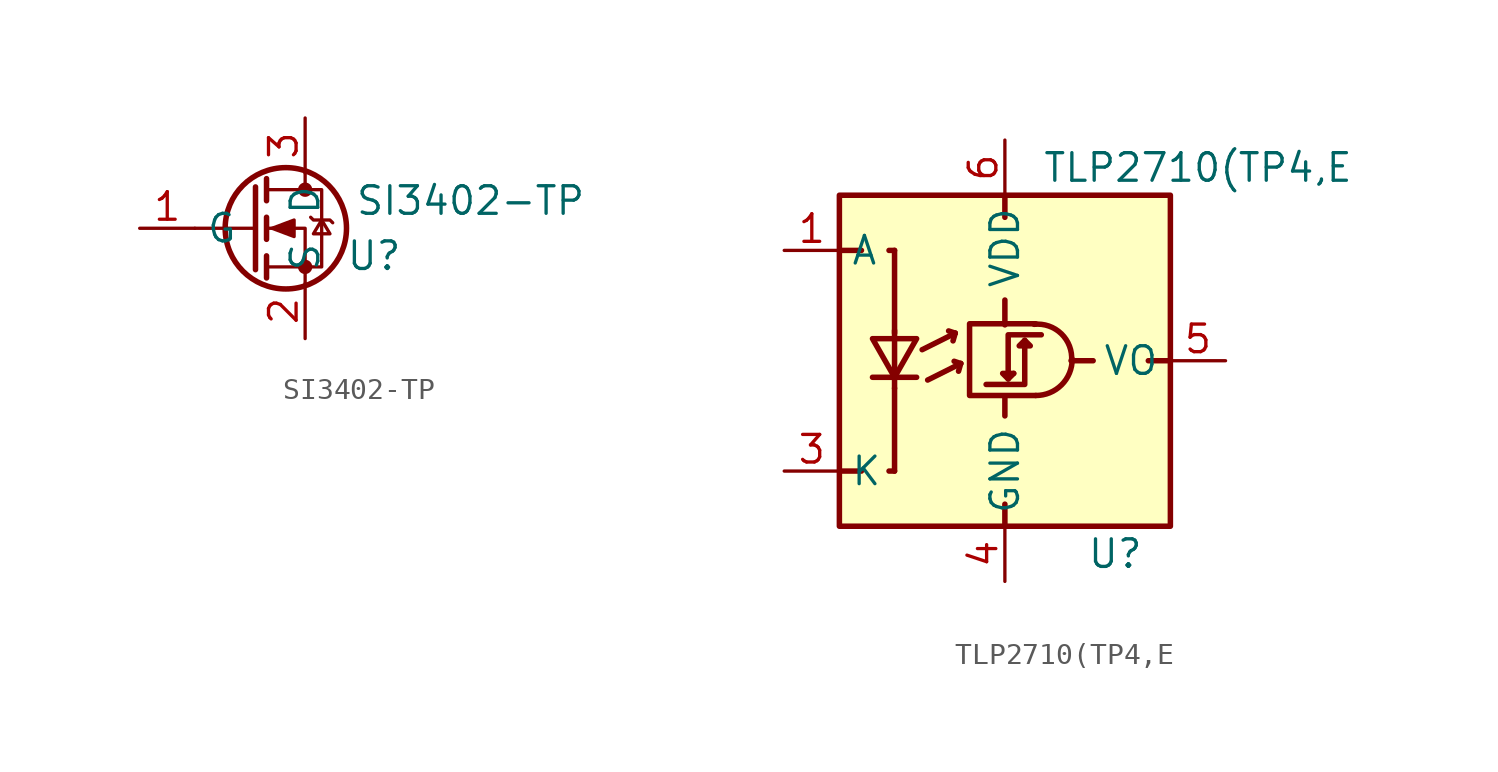
<source format=kicad_sym>
(kicad_symbol_lib
  (version 20211014)
  (generator kicad_symbol_editor)
  (symbol "SI3402-TP"
    (property "Reference" "U"
      (at 3.175 -1.27 0)
      (effects (font (size 1.27 1.27))))
    (property "Value" "SI3402-TP"
      (at 7.62 1.27 0)
      (effects (font (size 1.27 1.27))))
    (symbol "SI3402-TP_0_1"
      (circle (center -0.889 0) (radius 2.794) (stroke (width 0.254) (type default) (color 0 0 0 0)) (fill (type none)))
      (circle (center 0 -1.778) (radius 0.254) (stroke (width 0) (type default) (color 0 0 0 0)) (fill (type outline)))
      (polyline (pts (xy -2.286 0) (xy -5.08 0)) (stroke (width 0) (type default) (color 0 0 0 0)) (fill (type none)))
      (polyline (pts (xy -2.286 1.905) (xy -2.286 -1.905)) (stroke (width 0.254) (type default) (color 0 0 0 0)) (fill (type none)))
      (polyline (pts (xy -1.778 -1.27) (xy -1.778 -2.286)) (stroke (width 0.254) (type default) (color 0 0 0 0)) (fill (type none)))
      (polyline (pts (xy -1.778 0.508) (xy -1.778 -0.508)) (stroke (width 0.254) (type default) (color 0 0 0 0)) (fill (type none)))
      (polyline (pts (xy -1.778 2.286) (xy -1.778 1.27)) (stroke (width 0.254) (type default) (color 0 0 0 0)) (fill (type none)))
      (polyline (pts (xy 0 2.54) (xy 0 1.778)) (stroke (width 0) (type default) (color 0 0 0 0)) (fill (type none)))
      (polyline (pts (xy 0 -2.54) (xy 0 0) (xy -1.778 0)) (stroke (width 0) (type default) (color 0 0 0 0)) (fill (type none)))
      (polyline (pts (xy -1.778 -1.778) (xy 0.762 -1.778) (xy 0.762 1.778) (xy -1.778 1.778)) (stroke (width 0) (type default) (color 0 0 0 0)) (fill (type none)))
      (polyline (pts (xy -1.524 0) (xy -0.508 0.381) (xy -0.508 -0.381) (xy -1.524 0)) (stroke (width 0) (type default) (color 0 0 0 0)) (fill (type outline)))
      (polyline (pts (xy 0.254 0.508) (xy 0.381 0.381) (xy 1.143 0.381) (xy 1.27 0.254)) (stroke (width 0) (type default) (color 0 0 0 0)) (fill (type none)))
      (polyline (pts (xy 0.762 0.381) (xy 0.381 -0.254) (xy 1.143 -0.254) (xy 0.762 0.381)) (stroke (width 0) (type default) (color 0 0 0 0)) (fill (type none)))
      (circle (center 0 1.778) (radius 0.254) (stroke (width 0) (type default) (color 0 0 0 0)) (fill (type outline))))
    (symbol "SI3402-TP_1_1"
      (pin input line (at -7.62 0 0) (length 2.54) (name "G" (effects (font (size 1.27 1.27)))) (number "1" (effects (font (size 1.27 1.27)))))
      (pin passive line (at 0 -5.08 90) (length 2.54) (name "S" (effects (font (size 1.27 1.27)))) (number "2" (effects (font (size 1.27 1.27)))))
      (pin passive line (at 0 5.08 270) (length 2.54) (name "D" (effects (font (size 1.27 1.27)))) (number "3" (effects (font (size 1.27 1.27)))))))
  (symbol "TLP2710(TP4,E"
    (property "Reference" "U"
      (at 5.08 -8.89 0)
      (effects (font (size 1.27 1.27))))
    (property "Value" "TLP2710(TP4,E"
      (at 8.89 8.89 0)
      (effects (font (size 1.27 1.27))))
    (symbol "TLP2710(TP4,E_0_1"
      (polyline (pts (xy -7.62 -5.08) (xy -6.604 -5.08)) (stroke (width 0.254) (type default) (color 0 0 0 0)) (fill (type none)))
      (polyline (pts (xy -7.62 5.08) (xy -6.604 5.08)) (stroke (width 0.254) (type default) (color 0 0 0 0)) (fill (type none)))
      (polyline (pts (xy -5.08 -5.08) (xy -5.334 -5.08)) (stroke (width 0.254) (type default) (color 0 0 0 0)) (fill (type none)))
      (polyline (pts (xy -5.08 -1.27) (xy -5.08 -5.08)) (stroke (width 0.254) (type default) (color 0 0 0 0)) (fill (type none)))
      (polyline (pts (xy -5.08 1.27) (xy -5.08 5.08)) (stroke (width 0.254) (type default) (color 0 0 0 0)) (fill (type none)))
      (polyline (pts (xy -5.08 5.08) (xy -5.334 5.08)) (stroke (width 0.254) (type default) (color 0 0 0 0)) (fill (type none)))
      (polyline (pts (xy 0 -7.62) (xy 0 -6.604)) (stroke (width 0.254) (type default) (color 0 0 0 0)) (fill (type none)))
      (polyline (pts (xy 0 -1.651) (xy 0 -2.54)) (stroke (width 0.254) (type default) (color 0 0 0 0)) (fill (type none)))
      (polyline (pts (xy 0 1.651) (xy 0 2.794)) (stroke (width 0.254) (type default) (color 0 0 0 0)) (fill (type none)))
      (polyline (pts (xy 0 7.62) (xy 0 6.604)) (stroke (width 0.254) (type default) (color 0 0 0 0)) (fill (type none)))
      (polyline (pts (xy 3.048 0) (xy 4.064 0)) (stroke (width 0.254) (type default) (color 0 0 0 0)) (fill (type none)))
      (polyline (pts (xy 7.62 0) (xy 6.604 0)) (stroke (width 0.254) (type default) (color 0 0 0 0)) (fill (type none))))
    (symbol "TLP2710(TP4,E_1_1"
      (rectangle (start -7.62 7.62) (end 7.62 -7.62) (stroke (width 0.254) (type default) (color 0 0 0 0)) (fill (type background)))
      (polyline (pts (xy -6.096 -0.762) (xy -4.064 -0.762)) (stroke (width 0.254) (type default) (color 0 0 0 0)) (fill (type none)))
      (polyline (pts (xy -5.08 -0.762) (xy -5.08 -1.27)) (stroke (width 0.254) (type default) (color 0 0 0 0)) (fill (type none)))
      (polyline (pts (xy -5.08 1.016) (xy -5.08 -0.762)) (stroke (width 0.254) (type default) (color 0 0 0 0)) (fill (type none)))
      (polyline (pts (xy -5.08 1.016) (xy -5.08 1.397)) (stroke (width 0.254) (type default) (color 0 0 0 0)) (fill (type none)))
      (polyline (pts (xy -3.81 0.508) (xy -2.286 1.27)) (stroke (width 0.254) (type default) (color 0 0 0 0)) (fill (type none)))
      (polyline (pts (xy -3.556 -0.889) (xy -2.032 -0.127)) (stroke (width 0.254) (type default) (color 0 0 0 0)) (fill (type none)))
      (polyline (pts (xy -2.286 1.27) (xy -2.591 1.372)) (stroke (width 0.254) (type default) (color 0 0 0 0)) (fill (type none)))
      (polyline (pts (xy -2.286 1.27) (xy -2.388 0.914)) (stroke (width 0.254) (type default) (color 0 0 0 0)) (fill (type none)))
      (polyline (pts (xy -2.032 -0.127) (xy -2.337 -0.025)) (stroke (width 0.254) (type default) (color 0 0 0 0)) (fill (type none)))
      (polyline (pts (xy -2.032 -0.127) (xy -2.134 -0.483)) (stroke (width 0.254) (type default) (color 0 0 0 0)) (fill (type none)))
      (polyline (pts (xy 0.152 -0.838) (xy -0.102 -0.584) (xy 0.406 -0.584)) (stroke (width 0.254) (type default) (color 0 0 0 0)) (fill (type none)))
      (polyline (pts (xy 0.914 0.94) (xy 0.914 -1.092) (xy -0.864 -1.092)) (stroke (width 0.254) (type default) (color 0 0 0 0)) (fill (type none)))
      (polyline (pts (xy -6.096 1.016) (xy -4.064 1.016) (xy -5.08 -0.762) (xy -6.096 1.016)) (stroke (width 0.254) (type default) (color 0 0 0 0)) (fill (type none)))
      (polyline (pts (xy 0.914 0.94) (xy 0.66 0.686) (xy 1.168 0.686) (xy 0.914 0.94)) (stroke (width 0.254) (type default) (color 0 0 0 0)) (fill (type none)))
      (polyline (pts (xy 1.422 1.702) (xy -1.626 1.702) (xy -1.626 -1.6) (xy 1.422 -1.6)) (stroke (width 0.254) (type default) (color 0 0 0 0)) (fill (type none)))
      (polyline (pts (xy 1.676 1.194) (xy 0.152 1.194) (xy 0.152 -0.838) (xy 0.406 -0.584)) (stroke (width 0.254) (type default) (color 0 0 0 0)) (fill (type none)))
      (arc (start 1.4224 -1.6002) (mid 2.6101 -1.1115) (end 3.0988 0.0762) (stroke (width 0.254) (type default) (color 0 0 0 0)) (fill (type none)))
      (arc (start 3.0734 0) (mid 2.6011 1.2413) (end 1.3462 1.6764) (stroke (width 0.254) (type default) (color 0 0 0 0)) (fill (type none)))
      (pin passive line (at -10.16 5.08 0) (length 2.54) (name "A" (effects (font (size 1.27 1.27)))) (number "1" (effects (font (size 1.27 1.27)))))
      (pin no_connect line (at -7.62 0 0) (length 2.54) hide (name "NC" (effects (font (size 1.27 1.27)))) (number "2" (effects (font (size 1.27 1.27)))))
      (pin passive line (at -10.16 -5.08 0) (length 2.54) (name "K" (effects (font (size 1.27 1.27)))) (number "3" (effects (font (size 1.27 1.27)))))
      (pin power_in line (at 0 -10.16 90) (length 2.54) (name "GND" (effects (font (size 1.27 1.27)))) (number "4" (effects (font (size 1.27 1.27)))))
      (pin output line (at 10.16 0 180) (length 2.54) (name "VO" (effects (font (size 1.27 1.27)))) (number "5" (effects (font (size 1.27 1.27)))))
      (pin power_in line (at 0 10.16 270) (length 2.54) (name "VDD" (effects (font (size 1.27 1.27)))) (number "6" (effects (font (size 1.27 1.27))))))))
</source>
